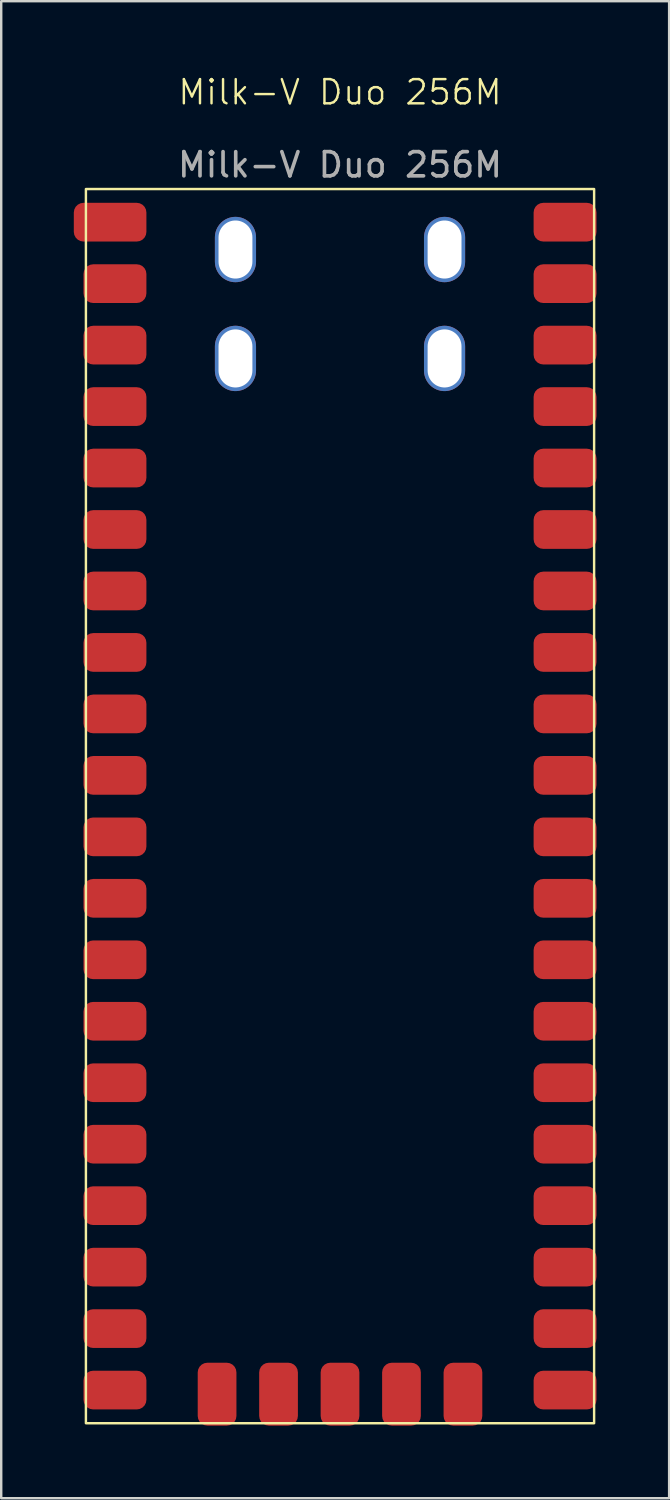
<source format=kicad_pcb>
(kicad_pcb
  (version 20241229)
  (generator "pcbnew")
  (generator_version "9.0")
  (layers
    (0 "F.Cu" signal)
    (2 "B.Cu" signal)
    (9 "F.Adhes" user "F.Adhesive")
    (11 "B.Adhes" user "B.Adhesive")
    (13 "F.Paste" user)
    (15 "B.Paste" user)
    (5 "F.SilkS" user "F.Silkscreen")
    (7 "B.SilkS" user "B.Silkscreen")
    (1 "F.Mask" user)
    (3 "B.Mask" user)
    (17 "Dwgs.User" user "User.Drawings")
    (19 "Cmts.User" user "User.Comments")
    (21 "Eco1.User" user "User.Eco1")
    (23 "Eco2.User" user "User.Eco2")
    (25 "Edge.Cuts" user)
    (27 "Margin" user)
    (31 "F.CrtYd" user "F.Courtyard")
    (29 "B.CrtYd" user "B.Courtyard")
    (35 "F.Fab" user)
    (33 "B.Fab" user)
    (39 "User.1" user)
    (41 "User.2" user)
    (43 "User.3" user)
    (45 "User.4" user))
  (footprint "Milk-V Duo 256M"
    (layer "F.Cu")
    (at 11 4.761)
    (property "Reference" "Milk-V Duo 256M" (at 0 -4 0) (unlocked yes) (layer "F.SilkS") (effects (font (size 1 1) (thickness 0.1))))
    (attr smd)
    (fp_rect (start -10.5 0) (end 10.5 51) (stroke (width 0.1) (type default)) (fill no) (layer "F.SilkS"))
    (fp_text user "${REFERENCE}" (at 0 -1 0) (unlocked yes) (layer "F.Fab") (effects (font (size 1 1) (thickness 0.15))))
    (pad "0" thru_hole oval (at -4.32 2.5) (size 1.7 2.7) (drill oval 1.4 2.4) (layers "*.Cu" "*.Mask"))
    (pad "0" thru_hole oval (at -4.32 7) (size 1.7 2.7) (drill oval 1.4 2.4) (layers "*.Cu" "*.Mask"))
    (pad "0" thru_hole oval (at 4.32 2.5) (size 1.7 2.7) (drill oval 1.4 2.4) (layers "*.Cu" "*.Mask"))
    (pad "0" thru_hole oval (at 4.32 7) (size 1.7 2.7) (drill oval 1.4 2.4) (layers "*.Cu" "*.Mask"))
    (pad "1" smd roundrect (at -9.5 1.37) (size 3 1.6) (layers "F.Cu" "F.Mask" "F.Paste") (roundrect_rratio 0.25))
    (pad "2" smd roundrect (at -9.3 3.91) (size 2.6 1.6) (layers "F.Cu" "F.Mask" "F.Paste") (roundrect_rratio 0.25))
    (pad "3" smd roundrect (at -9.3 6.45) (size 2.6 1.6) (layers "F.Cu" "F.Mask" "F.Paste") (roundrect_rratio 0.25))
    (pad "4" smd roundrect (at -9.3 8.99) (size 2.6 1.6) (layers "F.Cu" "F.Mask" "F.Paste") (roundrect_rratio 0.25))
    (pad "5" smd roundrect (at -9.3 11.53) (size 2.6 1.6) (layers "F.Cu" "F.Mask" "F.Paste") (roundrect_rratio 0.25))
    (pad "6" smd roundrect (at -9.3 14.07) (size 2.6 1.6) (layers "F.Cu" "F.Mask" "F.Paste") (roundrect_rratio 0.25))
    (pad "7" smd roundrect (at -9.3 16.61) (size 2.6 1.6) (layers "F.Cu" "F.Mask" "F.Paste") (roundrect_rratio 0.25))
    (pad "8" smd roundrect (at -9.3 19.15) (size 2.6 1.6) (layers "F.Cu" "F.Mask" "F.Paste") (roundrect_rratio 0.25))
    (pad "9" smd roundrect (at -9.3 21.69) (size 2.6 1.6) (layers "F.Cu" "F.Mask" "F.Paste") (roundrect_rratio 0.25))
    (pad "10" smd roundrect (at -9.3 24.23) (size 2.6 1.6) (layers "F.Cu" "F.Mask" "F.Paste") (roundrect_rratio 0.25))
    (pad "11" smd roundrect (at -9.3 26.77) (size 2.6 1.6) (layers "F.Cu" "F.Mask" "F.Paste") (roundrect_rratio 0.25))
    (pad "12" smd roundrect (at -9.3 29.31) (size 2.6 1.6) (layers "F.Cu" "F.Mask" "F.Paste") (roundrect_rratio 0.25))
    (pad "13" smd roundrect (at -9.3 31.85) (size 2.6 1.6) (layers "F.Cu" "F.Mask" "F.Paste") (roundrect_rratio 0.25))
    (pad "14" smd roundrect (at -9.3 34.39) (size 2.6 1.6) (layers "F.Cu" "F.Mask" "F.Paste") (roundrect_rratio 0.25))
    (pad "15" smd roundrect (at -9.3 36.93) (size 2.6 1.6) (layers "F.Cu" "F.Mask" "F.Paste") (roundrect_rratio 0.25))
    (pad "16" smd roundrect (at -9.3 39.47) (size 2.6 1.6) (layers "F.Cu" "F.Mask" "F.Paste") (roundrect_rratio 0.25))
    (pad "17" smd roundrect (at -9.3 42.01) (size 2.6 1.6) (layers "F.Cu" "F.Mask" "F.Paste") (roundrect_rratio 0.25))
    (pad "18" smd roundrect (at -9.3 44.55) (size 2.6 1.6) (layers "F.Cu" "F.Mask" "F.Paste") (roundrect_rratio 0.25))
    (pad "19" smd roundrect (at -9.3 47.09) (size 2.6 1.6) (layers "F.Cu" "F.Mask" "F.Paste") (roundrect_rratio 0.25))
    (pad "20" smd roundrect (at -9.3 49.63) (size 2.6 1.6) (layers "F.Cu" "F.Mask" "F.Paste") (roundrect_rratio 0.25))
    (pad "21" smd roundrect (at 9.3 49.63) (size 2.6 1.6) (layers "F.Cu" "F.Mask" "F.Paste") (roundrect_rratio 0.25))
    (pad "22" smd roundrect (at 9.3 47.09) (size 2.6 1.6) (layers "F.Cu" "F.Mask" "F.Paste") (roundrect_rratio 0.25))
    (pad "23" smd roundrect (at 9.3 44.55) (size 2.6 1.6) (layers "F.Cu" "F.Mask" "F.Paste") (roundrect_rratio 0.25))
    (pad "24" smd roundrect (at 9.3 42.01) (size 2.6 1.6) (layers "F.Cu" "F.Mask" "F.Paste") (roundrect_rratio 0.25))
    (pad "25" smd roundrect (at 9.3 39.47) (size 2.6 1.6) (layers "F.Cu" "F.Mask" "F.Paste") (roundrect_rratio 0.25))
    (pad "26" smd roundrect (at 9.3 36.93) (size 2.6 1.6) (layers "F.Cu" "F.Mask" "F.Paste") (roundrect_rratio 0.25))
    (pad "27" smd roundrect (at 9.3 34.39) (size 2.6 1.6) (layers "F.Cu" "F.Mask" "F.Paste") (roundrect_rratio 0.25))
    (pad "28" smd roundrect (at 9.3 31.85) (size 2.6 1.6) (layers "F.Cu" "F.Mask" "F.Paste") (roundrect_rratio 0.25))
    (pad "29" smd roundrect (at 9.3 29.31) (size 2.6 1.6) (layers "F.Cu" "F.Mask" "F.Paste") (roundrect_rratio 0.25))
    (pad "30" smd roundrect (at 9.3 26.77) (size 2.6 1.6) (layers "F.Cu" "F.Mask" "F.Paste") (roundrect_rratio 0.25))
    (pad "31" smd roundrect (at 9.3 24.23) (size 2.6 1.6) (layers "F.Cu" "F.Mask" "F.Paste") (roundrect_rratio 0.25))
    (pad "32" smd roundrect (at 9.3 21.69) (size 2.6 1.6) (layers "F.Cu" "F.Mask" "F.Paste") (roundrect_rratio 0.25))
    (pad "33" smd roundrect (at 9.3 19.15) (size 2.6 1.6) (layers "F.Cu" "F.Mask" "F.Paste") (roundrect_rratio 0.25))
    (pad "34" smd roundrect (at 9.3 16.61) (size 2.6 1.6) (layers "F.Cu" "F.Mask" "F.Paste") (roundrect_rratio 0.25))
    (pad "35" smd roundrect (at 9.3 14.07) (size 2.6 1.6) (layers "F.Cu" "F.Mask" "F.Paste") (roundrect_rratio 0.25))
    (pad "36" smd roundrect (at 9.3 11.53) (size 2.6 1.6) (layers "F.Cu" "F.Mask" "F.Paste") (roundrect_rratio 0.25))
    (pad "37" smd roundrect (at 9.3 8.99) (size 2.6 1.6) (layers "F.Cu" "F.Mask" "F.Paste") (roundrect_rratio 0.25))
    (pad "38" smd roundrect (at 9.3 6.45) (size 2.6 1.6) (layers "F.Cu" "F.Mask" "F.Paste") (roundrect_rratio 0.25))
    (pad "39" smd roundrect (at 9.3 3.91) (size 2.6 1.6) (layers "F.Cu" "F.Mask" "F.Paste") (roundrect_rratio 0.25))
    (pad "40" smd roundrect (at 9.3 1.37) (size 2.6 1.6) (layers "F.Cu" "F.Mask" "F.Paste") (roundrect_rratio 0.25))
    (pad "41" smd roundrect (at -5.08 49.8) (size 1.6 2.6) (layers "F.Cu" "F.Mask" "F.Paste") (roundrect_rratio 0.25))
    (pad "42" smd roundrect (at -2.54 49.8) (size 1.6 2.6) (layers "F.Cu" "F.Mask" "F.Paste") (roundrect_rratio 0.25))
    (pad "43" smd roundrect (at 0 49.8) (size 1.6 2.6) (layers "F.Cu" "F.Mask" "F.Paste") (roundrect_rratio 0.25))
    (pad "44" smd roundrect (at 2.54 49.8) (size 1.6 2.6) (layers "F.Cu" "F.Mask" "F.Paste") (roundrect_rratio 0.25))
    (pad "45" smd roundrect (at 5.08 49.8) (size 1.6 2.6) (layers "F.Cu" "F.Mask" "F.Paste") (roundrect_rratio 0.25)))
  (gr_rect
    (start -3 -3)
    (end 24.6 58.861)
    (stroke (width 0.1) (type default))
    (fill no)
    (layer "Edge.Cuts")))
</source>
